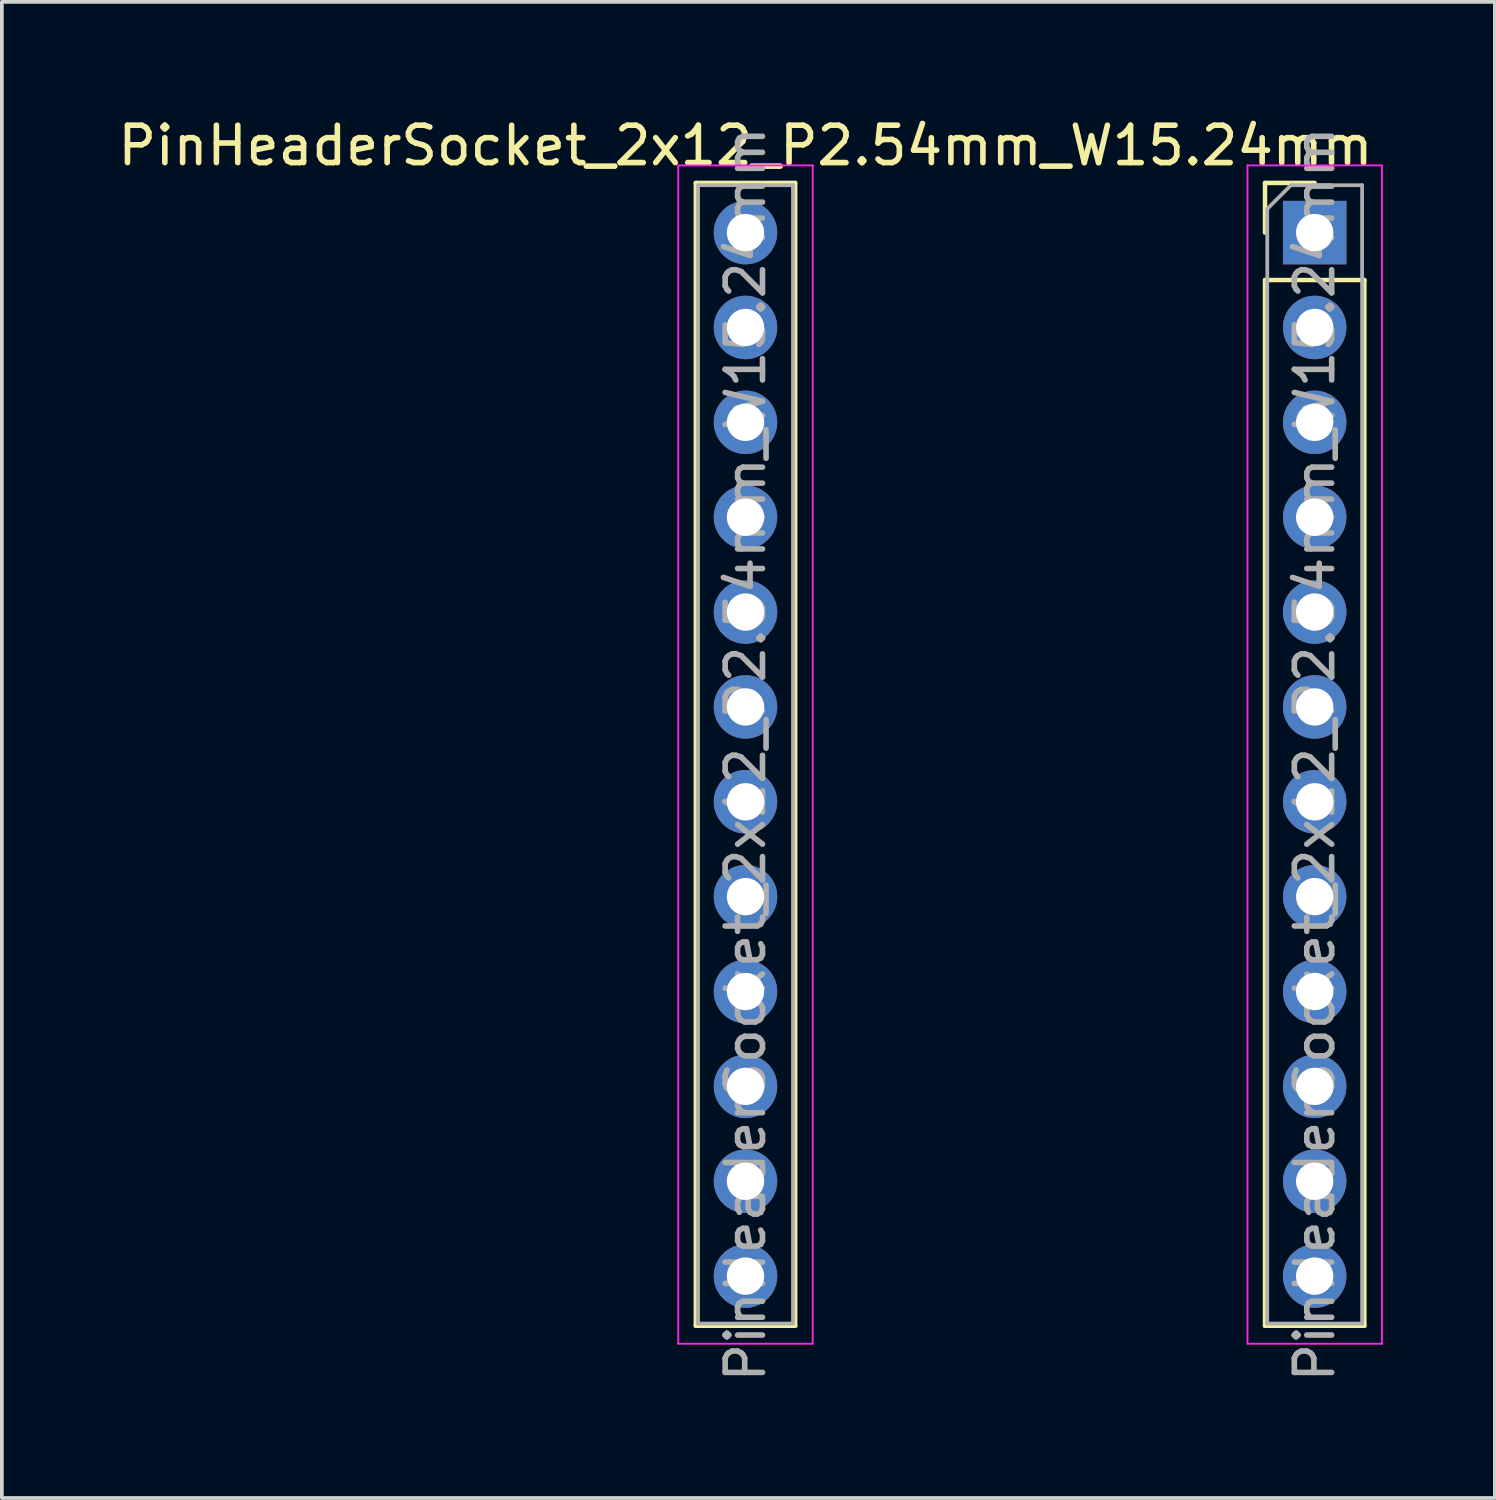
<source format=kicad_pcb>
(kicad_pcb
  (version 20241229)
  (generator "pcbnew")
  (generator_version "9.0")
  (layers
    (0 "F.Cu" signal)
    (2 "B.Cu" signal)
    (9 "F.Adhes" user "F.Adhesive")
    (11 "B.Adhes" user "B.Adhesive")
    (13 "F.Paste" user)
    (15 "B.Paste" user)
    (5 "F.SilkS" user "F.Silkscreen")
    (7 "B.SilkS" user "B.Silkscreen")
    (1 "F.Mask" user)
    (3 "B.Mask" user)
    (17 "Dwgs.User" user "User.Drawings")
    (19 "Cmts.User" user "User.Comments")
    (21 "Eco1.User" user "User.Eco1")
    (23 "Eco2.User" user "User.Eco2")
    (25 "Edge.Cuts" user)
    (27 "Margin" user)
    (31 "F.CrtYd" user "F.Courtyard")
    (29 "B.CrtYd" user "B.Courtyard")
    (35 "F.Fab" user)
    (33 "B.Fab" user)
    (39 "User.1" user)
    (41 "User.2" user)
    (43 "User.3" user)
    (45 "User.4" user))
  (footprint "PinHeaderSocket_2x12_P2.54mm_W15.24mm"
    (layer "F.Cu")
    (at 16.911 3.178)
    (property "Reference" "PinHeaderSocket_2x12_P2.54mm_W15.24mm" (at 0 -2.33 0) (layer "F.SilkS") (effects (font (size 1 1) (thickness 0.15))))
    (attr through_hole)
    (fp_line (start -1.33 -1.33) (end -1.33 29.27) (stroke (width 0.12) (type solid)) (layer "F.SilkS"))
    (fp_line (start -1.33 -1.33) (end 1.33 -1.33) (stroke (width 0.12) (type solid)) (layer "F.SilkS"))
    (fp_line (start -1.33 29.27) (end 1.33 29.27) (stroke (width 0.12) (type solid)) (layer "F.SilkS"))
    (fp_line (start 1.33 -1.33) (end 1.33 29.27) (stroke (width 0.12) (type solid)) (layer "F.SilkS"))
    (fp_line (start 13.91 -1.33) (end 15.24 -1.33) (stroke (width 0.12) (type solid)) (layer "F.SilkS"))
    (fp_line (start 13.91 0) (end 13.91 -1.33) (stroke (width 0.12) (type solid)) (layer "F.SilkS"))
    (fp_line (start 13.91 1.27) (end 13.91 29.27) (stroke (width 0.12) (type solid)) (layer "F.SilkS"))
    (fp_line (start 13.91 1.27) (end 16.57 1.27) (stroke (width 0.12) (type solid)) (layer "F.SilkS"))
    (fp_line (start 13.91 29.27) (end 16.57 29.27) (stroke (width 0.12) (type solid)) (layer "F.SilkS"))
    (fp_line (start 16.57 1.27) (end 16.57 29.27) (stroke (width 0.12) (type solid)) (layer "F.SilkS"))
    (fp_line (start -1.8 -1.8) (end -1.8 29.75) (stroke (width 0.05) (type solid)) (layer "F.CrtYd"))
    (fp_line (start -1.8 29.75) (end 1.8 29.75) (stroke (width 0.05) (type solid)) (layer "F.CrtYd"))
    (fp_line (start 1.8 -1.8) (end -1.8 -1.8) (stroke (width 0.05) (type solid)) (layer "F.CrtYd"))
    (fp_line (start 1.8 29.75) (end 1.8 -1.8) (stroke (width 0.05) (type solid)) (layer "F.CrtYd"))
    (fp_line (start 13.44 -1.8) (end 13.44 29.75) (stroke (width 0.05) (type solid)) (layer "F.CrtYd"))
    (fp_line (start 13.44 29.75) (end 17.04 29.75) (stroke (width 0.05) (type solid)) (layer "F.CrtYd"))
    (fp_line (start 17.04 -1.8) (end 13.44 -1.8) (stroke (width 0.05) (type solid)) (layer "F.CrtYd"))
    (fp_line (start 17.04 29.75) (end 17.04 -1.8) (stroke (width 0.05) (type solid)) (layer "F.CrtYd"))
    (fp_line (start -1.27 -1.27) (end 1.27 -1.27) (stroke (width 0.1) (type solid)) (layer "F.Fab"))
    (fp_line (start -1.27 29.21) (end -1.27 -1.27) (stroke (width 0.1) (type solid)) (layer "F.Fab"))
    (fp_line (start 1.27 -1.27) (end 1.27 29.21) (stroke (width 0.1) (type solid)) (layer "F.Fab"))
    (fp_line (start 1.27 29.21) (end -1.27 29.21) (stroke (width 0.1) (type solid)) (layer "F.Fab"))
    (fp_line (start 13.97 -0.635) (end 14.605 -1.27) (stroke (width 0.1) (type solid)) (layer "F.Fab"))
    (fp_line (start 13.97 29.21) (end 13.97 -0.635) (stroke (width 0.1) (type solid)) (layer "F.Fab"))
    (fp_line (start 14.605 -1.27) (end 16.51 -1.27) (stroke (width 0.1) (type solid)) (layer "F.Fab"))
    (fp_line (start 16.51 -1.27) (end 16.51 29.21) (stroke (width 0.1) (type solid)) (layer "F.Fab"))
    (fp_line (start 16.51 29.21) (end 13.97 29.21) (stroke (width 0.1) (type solid)) (layer "F.Fab"))
    (fp_text user "${REFERENCE}" (at 0 13.97 90) (layer "F.Fab") (effects (font (size 1 1) (thickness 0.15))))
    (fp_text user "${REFERENCE}" (at 15.24 13.97 90) (layer "F.Fab") (effects (font (size 1 1) (thickness 0.15))))
    (pad "1" thru_hole rect (at 15.24 0) (size 1.7 1.7) (drill 1) (layers "*.Cu" "*.Mask"))
    (pad "2" thru_hole oval (at 15.24 2.54) (size 1.7 1.7) (drill 1) (layers "*.Cu" "*.Mask"))
    (pad "3" thru_hole oval (at 15.24 5.08) (size 1.7 1.7) (drill 1) (layers "*.Cu" "*.Mask"))
    (pad "4" thru_hole oval (at 15.24 7.62) (size 1.7 1.7) (drill 1) (layers "*.Cu" "*.Mask"))
    (pad "5" thru_hole oval (at 15.24 10.16) (size 1.7 1.7) (drill 1) (layers "*.Cu" "*.Mask"))
    (pad "6" thru_hole oval (at 15.24 12.7) (size 1.7 1.7) (drill 1) (layers "*.Cu" "*.Mask"))
    (pad "7" thru_hole oval (at 15.24 15.24) (size 1.7 1.7) (drill 1) (layers "*.Cu" "*.Mask"))
    (pad "8" thru_hole oval (at 15.24 17.78) (size 1.7 1.7) (drill 1) (layers "*.Cu" "*.Mask"))
    (pad "9" thru_hole oval (at 15.24 20.32) (size 1.7 1.7) (drill 1) (layers "*.Cu" "*.Mask"))
    (pad "10" thru_hole oval (at 15.24 22.86) (size 1.7 1.7) (drill 1) (layers "*.Cu" "*.Mask"))
    (pad "11" thru_hole oval (at 15.24 25.4) (size 1.7 1.7) (drill 1) (layers "*.Cu" "*.Mask"))
    (pad "12" thru_hole oval (at 15.24 27.94) (size 1.7 1.7) (drill 1) (layers "*.Cu" "*.Mask"))
    (pad "13" thru_hole oval (at 0 27.94) (size 1.7 1.7) (drill 1) (layers "*.Cu" "*.Mask"))
    (pad "14" thru_hole oval (at 0 25.4) (size 1.7 1.7) (drill 1) (layers "*.Cu" "*.Mask"))
    (pad "15" thru_hole oval (at 0 22.86) (size 1.7 1.7) (drill 1) (layers "*.Cu" "*.Mask"))
    (pad "16" thru_hole oval (at 0 20.32) (size 1.7 1.7) (drill 1) (layers "*.Cu" "*.Mask"))
    (pad "17" thru_hole oval (at 0 17.78) (size 1.7 1.7) (drill 1) (layers "*.Cu" "*.Mask"))
    (pad "18" thru_hole oval (at 0 15.24) (size 1.7 1.7) (drill 1) (layers "*.Cu" "*.Mask"))
    (pad "19" thru_hole oval (at 0 12.7) (size 1.7 1.7) (drill 1) (layers "*.Cu" "*.Mask"))
    (pad "20" thru_hole oval (at 0 10.16) (size 1.7 1.7) (drill 1) (layers "*.Cu" "*.Mask"))
    (pad "21" thru_hole oval (at 0 7.62) (size 1.7 1.7) (drill 1) (layers "*.Cu" "*.Mask"))
    (pad "22" thru_hole oval (at 0 5.08) (size 1.7 1.7) (drill 1) (layers "*.Cu" "*.Mask"))
    (pad "23" thru_hole oval (at 0 2.54) (size 1.7 1.7) (drill 1) (layers "*.Cu" "*.Mask"))
    (pad "24" thru_hole oval (at 0 0) (size 1.7 1.7) (drill 1) (layers "*.Cu" "*.Mask")))
  (gr_rect
    (start -3 -3)
    (end 36.976 37.059)
    (stroke (width 0.1) (type default))
    (fill no)
    (layer "Edge.Cuts")))
</source>
